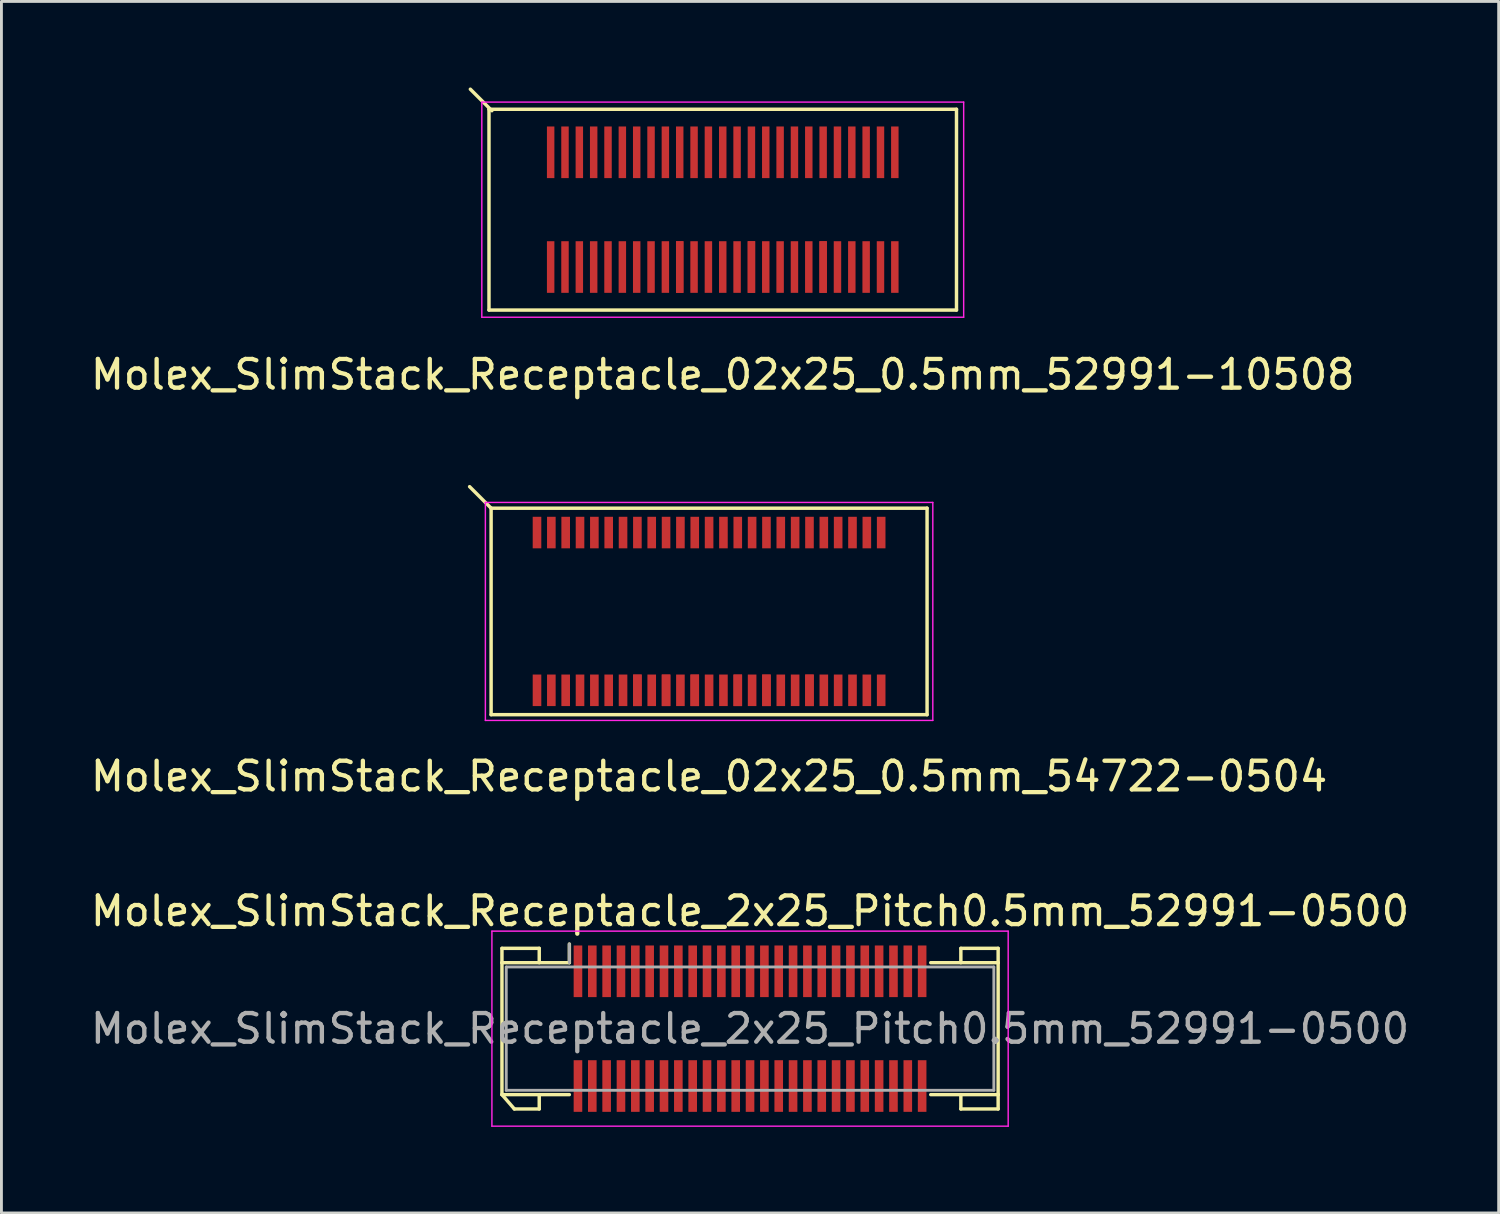
<source format=kicad_pcb>
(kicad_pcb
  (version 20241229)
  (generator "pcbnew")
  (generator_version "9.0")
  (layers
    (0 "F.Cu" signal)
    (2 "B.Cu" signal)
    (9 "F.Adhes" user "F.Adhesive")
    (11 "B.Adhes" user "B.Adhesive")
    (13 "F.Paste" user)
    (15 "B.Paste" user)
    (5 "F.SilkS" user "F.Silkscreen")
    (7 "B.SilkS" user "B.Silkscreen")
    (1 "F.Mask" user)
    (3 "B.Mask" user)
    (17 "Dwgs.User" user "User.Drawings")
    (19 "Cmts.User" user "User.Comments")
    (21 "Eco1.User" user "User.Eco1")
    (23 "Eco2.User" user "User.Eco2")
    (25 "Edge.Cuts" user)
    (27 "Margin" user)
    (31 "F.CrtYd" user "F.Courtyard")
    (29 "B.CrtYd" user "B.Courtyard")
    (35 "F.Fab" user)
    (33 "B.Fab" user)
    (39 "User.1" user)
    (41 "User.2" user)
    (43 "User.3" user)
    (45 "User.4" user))
  (footprint "Molex_SlimStack_Receptacle_2x25_Pitch0.5mm_52991-0500"
    (layer "F.Cu")
    (at 23.101 32.815)
    (property "Reference" "Molex_SlimStack_Receptacle_2x25_Pitch0.5mm_52991-0500" (at 0 -4.1 0) (layer "F.SilkS") (effects (font (size 1 1) (thickness 0.15))))
    (attr smd)
    (fp_line (start -8.65 -2.8) (end -7.35 -2.8) (stroke (width 0.12) (type solid)) (layer "F.SilkS"))
    (fp_line (start -8.65 -2.3) (end -8.65 -2.8) (stroke (width 0.12) (type solid)) (layer "F.SilkS"))
    (fp_line (start -8.65 -2.3) (end -6.3 -2.3) (stroke (width 0.12) (type solid)) (layer "F.SilkS"))
    (fp_line (start -8.65 2.3) (end -8.65 -2.3) (stroke (width 0.12) (type solid)) (layer "F.SilkS"))
    (fp_line (start -8.65 2.3) (end -8.217 2.8) (stroke (width 0.12) (type solid)) (layer "F.SilkS"))
    (fp_line (start -8.217 2.8) (end -7.35 2.8) (stroke (width 0.12) (type solid)) (layer "F.SilkS"))
    (fp_line (start -7.35 -2.8) (end -7.35 -2.3) (stroke (width 0.12) (type solid)) (layer "F.SilkS"))
    (fp_line (start -7.35 2.8) (end -7.35 2.3) (stroke (width 0.12) (type solid)) (layer "F.SilkS"))
    (fp_line (start -6.3 -2.3) (end -6.3 -2.95) (stroke (width 0.12) (type solid)) (layer "F.SilkS"))
    (fp_line (start -6.3 2.3) (end -8.65 2.3) (stroke (width 0.12) (type solid)) (layer "F.SilkS"))
    (fp_line (start 6.3 2.3) (end 8.65 2.3) (stroke (width 0.12) (type solid)) (layer "F.SilkS"))
    (fp_line (start 7.35 -2.8) (end 7.35 -2.3) (stroke (width 0.12) (type solid)) (layer "F.SilkS"))
    (fp_line (start 7.35 2.8) (end 7.35 2.3) (stroke (width 0.12) (type solid)) (layer "F.SilkS"))
    (fp_line (start 8.65 -2.8) (end 7.35 -2.8) (stroke (width 0.12) (type solid)) (layer "F.SilkS"))
    (fp_line (start 8.65 -2.3) (end 6.3 -2.3) (stroke (width 0.12) (type solid)) (layer "F.SilkS"))
    (fp_line (start 8.65 -2.3) (end 8.65 -2.8) (stroke (width 0.12) (type solid)) (layer "F.SilkS"))
    (fp_line (start 8.65 2.3) (end 8.65 -2.3) (stroke (width 0.12) (type solid)) (layer "F.SilkS"))
    (fp_line (start 8.65 2.3) (end 8.65 2.8) (stroke (width 0.12) (type solid)) (layer "F.SilkS"))
    (fp_line (start 8.65 2.8) (end 7.35 2.8) (stroke (width 0.12) (type solid)) (layer "F.SilkS"))
    (fp_line (start -9 -3.4) (end -9 3.4) (stroke (width 0.05) (type solid)) (layer "F.CrtYd"))
    (fp_line (start -9 3.4) (end 9 3.4) (stroke (width 0.05) (type solid)) (layer "F.CrtYd"))
    (fp_line (start 9 -3.4) (end -9 -3.4) (stroke (width 0.05) (type solid)) (layer "F.CrtYd"))
    (fp_line (start 9 3.4) (end 9 -3.4) (stroke (width 0.05) (type solid)) (layer "F.CrtYd"))
    (fp_line (start -8.5 -2.15) (end -8.5 2.15) (stroke (width 0.1) (type solid)) (layer "F.Fab"))
    (fp_line (start -8.5 2.15) (end 8.5 2.15) (stroke (width 0.1) (type solid)) (layer "F.Fab"))
    (fp_line (start -6.3 -2.3) (end -6.3 -2.95) (stroke (width 0.1) (type solid)) (layer "F.Fab"))
    (fp_line (start 8.5 -2.15) (end -8.5 -2.15) (stroke (width 0.1) (type solid)) (layer "F.Fab"))
    (fp_line (start 8.5 2.15) (end 8.5 -2.15) (stroke (width 0.1) (type solid)) (layer "F.Fab"))
    (fp_text user "${REFERENCE}" (at 0 0 0) (layer "F.Fab") (effects (font (size 1 1) (thickness 0.15))))
    (pad "1" smd rect (at -6 -2) (size 0.3 1.8) (layers "F.Cu" "F.Mask" "F.Paste"))
    (pad "2" smd rect (at -6 2) (size 0.3 1.8) (layers "F.Cu" "F.Mask" "F.Paste"))
    (pad "3" smd rect (at -5.5 -2) (size 0.3 1.8) (layers "F.Cu" "F.Mask" "F.Paste"))
    (pad "4" smd rect (at -5.5 2) (size 0.3 1.8) (layers "F.Cu" "F.Mask" "F.Paste"))
    (pad "5" smd rect (at -5 -2) (size 0.3 1.8) (layers "F.Cu" "F.Mask" "F.Paste"))
    (pad "6" smd rect (at -5 2) (size 0.3 1.8) (layers "F.Cu" "F.Mask" "F.Paste"))
    (pad "7" smd rect (at -4.5 -2) (size 0.3 1.8) (layers "F.Cu" "F.Mask" "F.Paste"))
    (pad "8" smd rect (at -4.5 2) (size 0.3 1.8) (layers "F.Cu" "F.Mask" "F.Paste"))
    (pad "9" smd rect (at -4 -2) (size 0.3 1.8) (layers "F.Cu" "F.Mask" "F.Paste"))
    (pad "10" smd rect (at -4 2) (size 0.3 1.8) (layers "F.Cu" "F.Mask" "F.Paste"))
    (pad "11" smd rect (at -3.5 -2) (size 0.3 1.8) (layers "F.Cu" "F.Mask" "F.Paste"))
    (pad "12" smd rect (at -3.5 2) (size 0.3 1.8) (layers "F.Cu" "F.Mask" "F.Paste"))
    (pad "13" smd rect (at -3 -2) (size 0.3 1.8) (layers "F.Cu" "F.Mask" "F.Paste"))
    (pad "14" smd rect (at -3 2) (size 0.3 1.8) (layers "F.Cu" "F.Mask" "F.Paste"))
    (pad "15" smd rect (at -2.5 -2) (size 0.3 1.8) (layers "F.Cu" "F.Mask" "F.Paste"))
    (pad "16" smd rect (at -2.5 2) (size 0.3 1.8) (layers "F.Cu" "F.Mask" "F.Paste"))
    (pad "17" smd rect (at -2 -2) (size 0.3 1.8) (layers "F.Cu" "F.Mask" "F.Paste"))
    (pad "18" smd rect (at -2 2) (size 0.3 1.8) (layers "F.Cu" "F.Mask" "F.Paste"))
    (pad "19" smd rect (at -1.5 -2) (size 0.3 1.8) (layers "F.Cu" "F.Mask" "F.Paste"))
    (pad "20" smd rect (at -1.5 2) (size 0.3 1.8) (layers "F.Cu" "F.Mask" "F.Paste"))
    (pad "21" smd rect (at -1 -2) (size 0.3 1.8) (layers "F.Cu" "F.Mask" "F.Paste"))
    (pad "22" smd rect (at -1 2) (size 0.3 1.8) (layers "F.Cu" "F.Mask" "F.Paste"))
    (pad "23" smd rect (at -0.5 -2) (size 0.3 1.8) (layers "F.Cu" "F.Mask" "F.Paste"))
    (pad "24" smd rect (at -0.5 2) (size 0.3 1.8) (layers "F.Cu" "F.Mask" "F.Paste"))
    (pad "25" smd rect (at 0 -2) (size 0.3 1.8) (layers "F.Cu" "F.Mask" "F.Paste"))
    (pad "26" smd rect (at 0 2) (size 0.3 1.8) (layers "F.Cu" "F.Mask" "F.Paste"))
    (pad "27" smd rect (at 0.5 -2) (size 0.3 1.8) (layers "F.Cu" "F.Mask" "F.Paste"))
    (pad "28" smd rect (at 0.5 2) (size 0.3 1.8) (layers "F.Cu" "F.Mask" "F.Paste"))
    (pad "29" smd rect (at 1 -2) (size 0.3 1.8) (layers "F.Cu" "F.Mask" "F.Paste"))
    (pad "30" smd rect (at 1 2) (size 0.3 1.8) (layers "F.Cu" "F.Mask" "F.Paste"))
    (pad "31" smd rect (at 1.5 -2) (size 0.3 1.8) (layers "F.Cu" "F.Mask" "F.Paste"))
    (pad "32" smd rect (at 1.5 2) (size 0.3 1.8) (layers "F.Cu" "F.Mask" "F.Paste"))
    (pad "33" smd rect (at 2 -2) (size 0.3 1.8) (layers "F.Cu" "F.Mask" "F.Paste"))
    (pad "34" smd rect (at 2 2) (size 0.3 1.8) (layers "F.Cu" "F.Mask" "F.Paste"))
    (pad "35" smd rect (at 2.5 -2) (size 0.3 1.8) (layers "F.Cu" "F.Mask" "F.Paste"))
    (pad "36" smd rect (at 2.5 2) (size 0.3 1.8) (layers "F.Cu" "F.Mask" "F.Paste"))
    (pad "37" smd rect (at 3 -2) (size 0.3 1.8) (layers "F.Cu" "F.Mask" "F.Paste"))
    (pad "38" smd rect (at 3 2) (size 0.3 1.8) (layers "F.Cu" "F.Mask" "F.Paste"))
    (pad "39" smd rect (at 3.5 -2) (size 0.3 1.8) (layers "F.Cu" "F.Mask" "F.Paste"))
    (pad "40" smd rect (at 3.5 2) (size 0.3 1.8) (layers "F.Cu" "F.Mask" "F.Paste"))
    (pad "41" smd rect (at 4 -2) (size 0.3 1.8) (layers "F.Cu" "F.Mask" "F.Paste"))
    (pad "42" smd rect (at 4 2) (size 0.3 1.8) (layers "F.Cu" "F.Mask" "F.Paste"))
    (pad "43" smd rect (at 4.5 -2) (size 0.3 1.8) (layers "F.Cu" "F.Mask" "F.Paste"))
    (pad "44" smd rect (at 4.5 2) (size 0.3 1.8) (layers "F.Cu" "F.Mask" "F.Paste"))
    (pad "45" smd rect (at 5 -2) (size 0.3 1.8) (layers "F.Cu" "F.Mask" "F.Paste"))
    (pad "46" smd rect (at 5 2) (size 0.3 1.8) (layers "F.Cu" "F.Mask" "F.Paste"))
    (pad "47" smd rect (at 5.5 -2) (size 0.3 1.8) (layers "F.Cu" "F.Mask" "F.Paste"))
    (pad "48" smd rect (at 5.5 2) (size 0.3 1.8) (layers "F.Cu" "F.Mask" "F.Paste"))
    (pad "49" smd rect (at 6 -2) (size 0.3 1.8) (layers "F.Cu" "F.Mask" "F.Paste"))
    (pad "50" smd rect (at 6 2) (size 0.3 1.8) (layers "F.Cu" "F.Mask" "F.Paste")))
  (footprint "Molex_SlimStack_Receptacle_02x25_0.5mm_54722-0504"
    (layer "F.Cu")
    (at 21.673 18.268)
    (property "Reference" "Molex_SlimStack_Receptacle_02x25_0.5mm_54722-0504" (at 0 5.75 0) (layer "F.SilkS") (effects (font (size 1 1) (thickness 0.15))))
    (attr smd)
    (fp_line (start -7.6 -3.6) (end -8.35 -4.35) (stroke (width 0.12) (type solid)) (layer "F.SilkS"))
    (fp_line (start -7.6 -3.6) (end -7.6 3.6) (stroke (width 0.12) (type solid)) (layer "F.SilkS"))
    (fp_line (start -7.6 3.6) (end 7.6 3.6) (stroke (width 0.12) (type solid)) (layer "F.SilkS"))
    (fp_line (start 7.6 -3.6) (end -7.6 -3.6) (stroke (width 0.12) (type solid)) (layer "F.SilkS"))
    (fp_line (start 7.6 3.6) (end 7.6 -3.6) (stroke (width 0.12) (type solid)) (layer "F.SilkS"))
    (fp_line (start -7.8 -3.8) (end -7.8 3.8) (stroke (width 0.05) (type solid)) (layer "F.CrtYd"))
    (fp_line (start -7.8 3.8) (end 7.8 3.8) (stroke (width 0.05) (type solid)) (layer "F.CrtYd"))
    (fp_line (start 7.8 -3.8) (end -7.8 -3.8) (stroke (width 0.05) (type solid)) (layer "F.CrtYd"))
    (fp_line (start 7.8 3.8) (end 7.8 -3.8) (stroke (width 0.05) (type solid)) (layer "F.CrtYd"))
    (pad "1" smd rect (at -6 -2.75) (size 0.3 1.1) (layers "F.Cu" "F.Mask" "F.Paste"))
    (pad "2" smd rect (at -6 2.75) (size 0.3 1.1) (layers "F.Cu" "F.Mask" "F.Paste"))
    (pad "3" smd rect (at -5.5 -2.75) (size 0.3 1.1) (layers "F.Cu" "F.Mask" "F.Paste"))
    (pad "4" smd rect (at -5.5 2.75) (size 0.3 1.1) (layers "F.Cu" "F.Mask" "F.Paste"))
    (pad "5" smd rect (at -5 -2.75) (size 0.3 1.1) (layers "F.Cu" "F.Mask" "F.Paste"))
    (pad "6" smd rect (at -5 2.75) (size 0.3 1.1) (layers "F.Cu" "F.Mask" "F.Paste"))
    (pad "7" smd rect (at -4.5 -2.75) (size 0.3 1.1) (layers "F.Cu" "F.Mask" "F.Paste"))
    (pad "8" smd rect (at -4.5 2.75) (size 0.3 1.1) (layers "F.Cu" "F.Mask" "F.Paste"))
    (pad "9" smd rect (at -4 -2.75) (size 0.3 1.1) (layers "F.Cu" "F.Mask" "F.Paste"))
    (pad "10" smd rect (at -4 2.75) (size 0.3 1.1) (layers "F.Cu" "F.Mask" "F.Paste"))
    (pad "11" smd rect (at -3.5 -2.75) (size 0.3 1.1) (layers "F.Cu" "F.Mask" "F.Paste"))
    (pad "12" smd rect (at -3.5 2.75) (size 0.3 1.1) (layers "F.Cu" "F.Mask" "F.Paste"))
    (pad "13" smd rect (at -3 -2.75) (size 0.3 1.1) (layers "F.Cu" "F.Mask" "F.Paste"))
    (pad "14" smd rect (at -3 2.75) (size 0.3 1.1) (layers "F.Cu" "F.Mask" "F.Paste"))
    (pad "15" smd rect (at -2.5 -2.75) (size 0.3 1.1) (layers "F.Cu" "F.Mask" "F.Paste"))
    (pad "16" smd rect (at -2.5 2.75) (size 0.3 1.1) (layers "F.Cu" "F.Mask" "F.Paste"))
    (pad "16" smd rect (at -2.5 2.75) (size 0.3 1.1) (layers "F.Cu" "F.Mask" "F.Paste"))
    (pad "17" smd rect (at -2 -2.75) (size 0.3 1.1) (layers "F.Cu" "F.Mask" "F.Paste"))
    (pad "18" smd rect (at -2 2.75) (size 0.3 1.1) (layers "F.Cu" "F.Mask" "F.Paste"))
    (pad "19" smd rect (at -1.5 -2.75) (size 0.3 1.1) (layers "F.Cu" "F.Mask" "F.Paste"))
    (pad "20" smd rect (at -1.5 2.75) (size 0.3 1.1) (layers "F.Cu" "F.Mask" "F.Paste"))
    (pad "20" smd rect (at -1.5 2.75) (size 0.3 1.1) (layers "F.Cu" "F.Mask" "F.Paste"))
    (pad "21" smd rect (at -1 -2.75) (size 0.3 1.1) (layers "F.Cu" "F.Mask" "F.Paste"))
    (pad "22" smd rect (at -1 2.75) (size 0.3 1.1) (layers "F.Cu" "F.Mask" "F.Paste"))
    (pad "23" smd rect (at -0.5 -2.75) (size 0.3 1.1) (layers "F.Cu" "F.Mask" "F.Paste"))
    (pad "24" smd rect (at -0.5 2.75) (size 0.3 1.1) (layers "F.Cu" "F.Mask" "F.Paste"))
    (pad "24" smd rect (at -0.5 2.75) (size 0.3 1.1) (layers "F.Cu" "F.Mask" "F.Paste"))
    (pad "25" smd rect (at 0 -2.75) (size 0.3 1.1) (layers "F.Cu" "F.Mask" "F.Paste"))
    (pad "26" smd rect (at 0 2.75) (size 0.3 1.1) (layers "F.Cu" "F.Mask" "F.Paste"))
    (pad "27" smd rect (at 0.5 -2.75) (size 0.3 1.1) (layers "F.Cu" "F.Mask" "F.Paste"))
    (pad "28" smd rect (at 0.5 2.75) (size 0.3 1.1) (layers "F.Cu" "F.Mask" "F.Paste"))
    (pad "29" smd rect (at 1 -2.75) (size 0.3 1.1) (layers "F.Cu" "F.Mask" "F.Paste"))
    (pad "30" smd rect (at 1 2.75) (size 0.3 1.1) (layers "F.Cu" "F.Mask" "F.Paste"))
    (pad "30" smd rect (at 1 2.75) (size 0.3 1.1) (layers "F.Cu" "F.Mask" "F.Paste"))
    (pad "31" smd rect (at 1.5 -2.75) (size 0.3 1.1) (layers "F.Cu" "F.Mask" "F.Paste"))
    (pad "32" smd rect (at 1.5 2.75) (size 0.3 1.1) (layers "F.Cu" "F.Mask" "F.Paste"))
    (pad "33" smd rect (at 2 -2.75) (size 0.3 1.1) (layers "F.Cu" "F.Mask" "F.Paste"))
    (pad "34" smd rect (at 2 2.75) (size 0.3 1.1) (layers "F.Cu" "F.Mask" "F.Paste"))
    (pad "34" smd rect (at 2 2.75) (size 0.3 1.1) (layers "F.Cu" "F.Mask" "F.Paste"))
    (pad "35" smd rect (at 2.5 -2.75) (size 0.3 1.1) (layers "F.Cu" "F.Mask" "F.Paste"))
    (pad "36" smd rect (at 2.5 2.75) (size 0.3 1.1) (layers "F.Cu" "F.Mask" "F.Paste"))
    (pad "37" smd rect (at 3 -2.75) (size 0.3 1.1) (layers "F.Cu" "F.Mask" "F.Paste"))
    (pad "38" smd rect (at 3 2.75) (size 0.3 1.1) (layers "F.Cu" "F.Mask" "F.Paste"))
    (pad "39" smd rect (at 3.5 -2.75) (size 0.3 1.1) (layers "F.Cu" "F.Mask" "F.Paste"))
    (pad "40" smd rect (at 3.5 2.75) (size 0.3 1.1) (layers "F.Cu" "F.Mask" "F.Paste"))
    (pad "40" smd rect (at 3.5 2.75) (size 0.3 1.1) (layers "F.Cu" "F.Mask" "F.Paste"))
    (pad "41" smd rect (at 4 -2.75) (size 0.3 1.1) (layers "F.Cu" "F.Mask" "F.Paste"))
    (pad "42" smd rect (at 4 2.75) (size 0.3 1.1) (layers "F.Cu" "F.Mask" "F.Paste"))
    (pad "43" smd rect (at 4.5 -2.75) (size 0.3 1.1) (layers "F.Cu" "F.Mask" "F.Paste"))
    (pad "44" smd rect (at 4.5 2.75) (size 0.3 1.1) (layers "F.Cu" "F.Mask" "F.Paste"))
    (pad "45" smd rect (at 5 -2.75) (size 0.3 1.1) (layers "F.Cu" "F.Mask" "F.Paste"))
    (pad "46" smd rect (at 5 2.75) (size 0.3 1.1) (layers "F.Cu" "F.Mask" "F.Paste"))
    (pad "47" smd rect (at 5.5 -2.75) (size 0.3 1.1) (layers "F.Cu" "F.Mask" "F.Paste"))
    (pad "48" smd rect (at 5.5 2.75) (size 0.3 1.1) (layers "F.Cu" "F.Mask" "F.Paste"))
    (pad "49" smd rect (at 6 -2.75) (size 0.3 1.1) (layers "F.Cu" "F.Mask" "F.Paste"))
    (pad "50" smd rect (at 6 2.75) (size 0.3 1.1) (layers "F.Cu" "F.Mask" "F.Paste")))
  (footprint "Molex_SlimStack_Receptacle_02x25_0.5mm_52991-10508"
    (layer "F.Cu")
    (at 22.149 4.26)
    (property "Reference" "Molex_SlimStack_Receptacle_02x25_0.5mm_52991-10508" (at 0 5.75 0) (layer "F.SilkS") (effects (font (size 1 1) (thickness 0.15))))
    (attr smd)
    (fp_line (start -8.15 -3.5) (end -8.15 3.5) (stroke (width 0.12) (type solid)) (layer "F.SilkS"))
    (fp_line (start -8.15 3.5) (end 8.15 3.5) (stroke (width 0.12) (type solid)) (layer "F.SilkS"))
    (fp_line (start -8.05 -3.45) (end -8.8 -4.2) (stroke (width 0.12) (type solid)) (layer "F.SilkS"))
    (fp_line (start 8.15 -3.5) (end -8.15 -3.5) (stroke (width 0.12) (type solid)) (layer "F.SilkS"))
    (fp_line (start 8.15 3.5) (end 8.15 -3.5) (stroke (width 0.12) (type solid)) (layer "F.SilkS"))
    (fp_line (start -8.4 -3.75) (end -8.4 3.75) (stroke (width 0.05) (type solid)) (layer "F.CrtYd"))
    (fp_line (start -8.4 3.75) (end 8.4 3.75) (stroke (width 0.05) (type solid)) (layer "F.CrtYd"))
    (fp_line (start 8.4 -3.75) (end -8.4 -3.75) (stroke (width 0.05) (type solid)) (layer "F.CrtYd"))
    (fp_line (start 8.4 3.75) (end 8.4 -3.75) (stroke (width 0.05) (type solid)) (layer "F.CrtYd"))
    (pad "1" smd rect (at -6 -2) (size 0.26 1.8) (layers "F.Cu" "F.Mask" "F.Paste"))
    (pad "2" smd rect (at -6 2) (size 0.26 1.8) (layers "F.Cu" "F.Mask" "F.Paste"))
    (pad "3" smd rect (at -5.5 -2) (size 0.26 1.8) (layers "F.Cu" "F.Mask" "F.Paste"))
    (pad "4" smd rect (at -5.5 2) (size 0.26 1.8) (layers "F.Cu" "F.Mask" "F.Paste"))
    (pad "5" smd rect (at -5 -2) (size 0.26 1.8) (layers "F.Cu" "F.Mask" "F.Paste"))
    (pad "6" smd rect (at -5 2) (size 0.26 1.8) (layers "F.Cu" "F.Mask" "F.Paste"))
    (pad "7" smd rect (at -4.5 -2) (size 0.26 1.8) (layers "F.Cu" "F.Mask" "F.Paste"))
    (pad "8" smd rect (at -4.5 2) (size 0.26 1.8) (layers "F.Cu" "F.Mask" "F.Paste"))
    (pad "9" smd rect (at -4 -2) (size 0.26 1.8) (layers "F.Cu" "F.Mask" "F.Paste"))
    (pad "10" smd rect (at -4 2) (size 0.26 1.8) (layers "F.Cu" "F.Mask" "F.Paste"))
    (pad "11" smd rect (at -3.5 -2) (size 0.26 1.8) (layers "F.Cu" "F.Mask" "F.Paste"))
    (pad "12" smd rect (at -3.5 2) (size 0.26 1.8) (layers "F.Cu" "F.Mask" "F.Paste"))
    (pad "13" smd rect (at -3 -2) (size 0.26 1.8) (layers "F.Cu" "F.Mask" "F.Paste"))
    (pad "14" smd rect (at -3 2) (size 0.26 1.8) (layers "F.Cu" "F.Mask" "F.Paste"))
    (pad "15" smd rect (at -2.5 -2) (size 0.26 1.8) (layers "F.Cu" "F.Mask" "F.Paste"))
    (pad "16" smd rect (at -2.5 2) (size 0.26 1.8) (layers "F.Cu" "F.Mask" "F.Paste"))
    (pad "17" smd rect (at -2 -2) (size 0.26 1.8) (layers "F.Cu" "F.Mask" "F.Paste"))
    (pad "18" smd rect (at -2 2) (size 0.26 1.8) (layers "F.Cu" "F.Mask" "F.Paste"))
    (pad "19" smd rect (at -1.5 -2) (size 0.26 1.8) (layers "F.Cu" "F.Mask" "F.Paste"))
    (pad "20" smd rect (at -1.5 2) (size 0.26 1.8) (layers "F.Cu" "F.Mask" "F.Paste"))
    (pad "20" smd rect (at -1.5 2) (size 0.26 1.8) (layers "F.Cu" "F.Mask" "F.Paste"))
    (pad "21" smd rect (at -1 -2) (size 0.26 1.8) (layers "F.Cu" "F.Mask" "F.Paste"))
    (pad "22" smd rect (at -1 2) (size 0.26 1.8) (layers "F.Cu" "F.Mask" "F.Paste"))
    (pad "23" smd rect (at -0.5 -2) (size 0.26 1.8) (layers "F.Cu" "F.Mask" "F.Paste"))
    (pad "24" smd rect (at -0.5 2) (size 0.26 1.8) (layers "F.Cu" "F.Mask" "F.Paste"))
    (pad "25" smd rect (at 0 -2) (size 0.26 1.8) (layers "F.Cu" "F.Mask" "F.Paste"))
    (pad "26" smd rect (at 0 2) (size 0.26 1.8) (layers "F.Cu" "F.Mask" "F.Paste"))
    (pad "27" smd rect (at 0.5 -2) (size 0.26 1.8) (layers "F.Cu" "F.Mask" "F.Paste"))
    (pad "28" smd rect (at 0.5 2) (size 0.26 1.8) (layers "F.Cu" "F.Mask" "F.Paste"))
    (pad "29" smd rect (at 1 -2) (size 0.26 1.8) (layers "F.Cu" "F.Mask" "F.Paste"))
    (pad "30" smd rect (at 1 2) (size 0.26 1.8) (layers "F.Cu" "F.Mask" "F.Paste"))
    (pad "30" smd rect (at 1 2) (size 0.26 1.8) (layers "F.Cu" "F.Mask" "F.Paste"))
    (pad "31" smd rect (at 1.5 -2) (size 0.26 1.8) (layers "F.Cu" "F.Mask" "F.Paste"))
    (pad "32" smd rect (at 1.5 2) (size 0.26 1.8) (layers "F.Cu" "F.Mask" "F.Paste"))
    (pad "33" smd rect (at 2 -2) (size 0.26 1.8) (layers "F.Cu" "F.Mask" "F.Paste"))
    (pad "34" smd rect (at 2 2) (size 0.26 1.8) (layers "F.Cu" "F.Mask" "F.Paste"))
    (pad "35" smd rect (at 2.5 -2) (size 0.26 1.8) (layers "F.Cu" "F.Mask" "F.Paste"))
    (pad "36" smd rect (at 2.5 2) (size 0.26 1.8) (layers "F.Cu" "F.Mask" "F.Paste"))
    (pad "37" smd rect (at 3 -2) (size 0.26 1.8) (layers "F.Cu" "F.Mask" "F.Paste"))
    (pad "38" smd rect (at 3 2) (size 0.26 1.8) (layers "F.Cu" "F.Mask" "F.Paste"))
    (pad "39" smd rect (at 3.5 -2) (size 0.26 1.8) (layers "F.Cu" "F.Mask" "F.Paste"))
    (pad "40" smd rect (at 3.5 2) (size 0.26 1.8) (layers "F.Cu" "F.Mask" "F.Paste"))
    (pad "40" smd rect (at 3.5 2) (size 0.26 1.8) (layers "F.Cu" "F.Mask" "F.Paste"))
    (pad "41" smd rect (at 4 -2) (size 0.26 1.8) (layers "F.Cu" "F.Mask" "F.Paste"))
    (pad "42" smd rect (at 4 2) (size 0.26 1.8) (layers "F.Cu" "F.Mask" "F.Paste"))
    (pad "43" smd rect (at 4.5 -2) (size 0.26 1.8) (layers "F.Cu" "F.Mask" "F.Paste"))
    (pad "44" smd rect (at 4.5 2) (size 0.26 1.8) (layers "F.Cu" "F.Mask" "F.Paste"))
    (pad "45" smd rect (at 5 -2) (size 0.26 1.8) (layers "F.Cu" "F.Mask" "F.Paste"))
    (pad "46" smd rect (at 5 2) (size 0.26 1.8) (layers "F.Cu" "F.Mask" "F.Paste"))
    (pad "47" smd rect (at 5.5 -2) (size 0.26 1.8) (layers "F.Cu" "F.Mask" "F.Paste"))
    (pad "48" smd rect (at 5.5 2) (size 0.26 1.8) (layers "F.Cu" "F.Mask" "F.Paste"))
    (pad "49" smd rect (at 6 -2) (size 0.26 1.8) (layers "F.Cu" "F.Mask" "F.Paste"))
    (pad "50" smd rect (at 6 2) (size 0.26 1.8) (layers "F.Cu" "F.Mask" "F.Paste")))
  (gr_rect
    (start -3 -3)
    (end 49.202 39.24)
    (stroke (width 0.1) (type default))
    (fill no)
    (layer "Edge.Cuts")))
</source>
